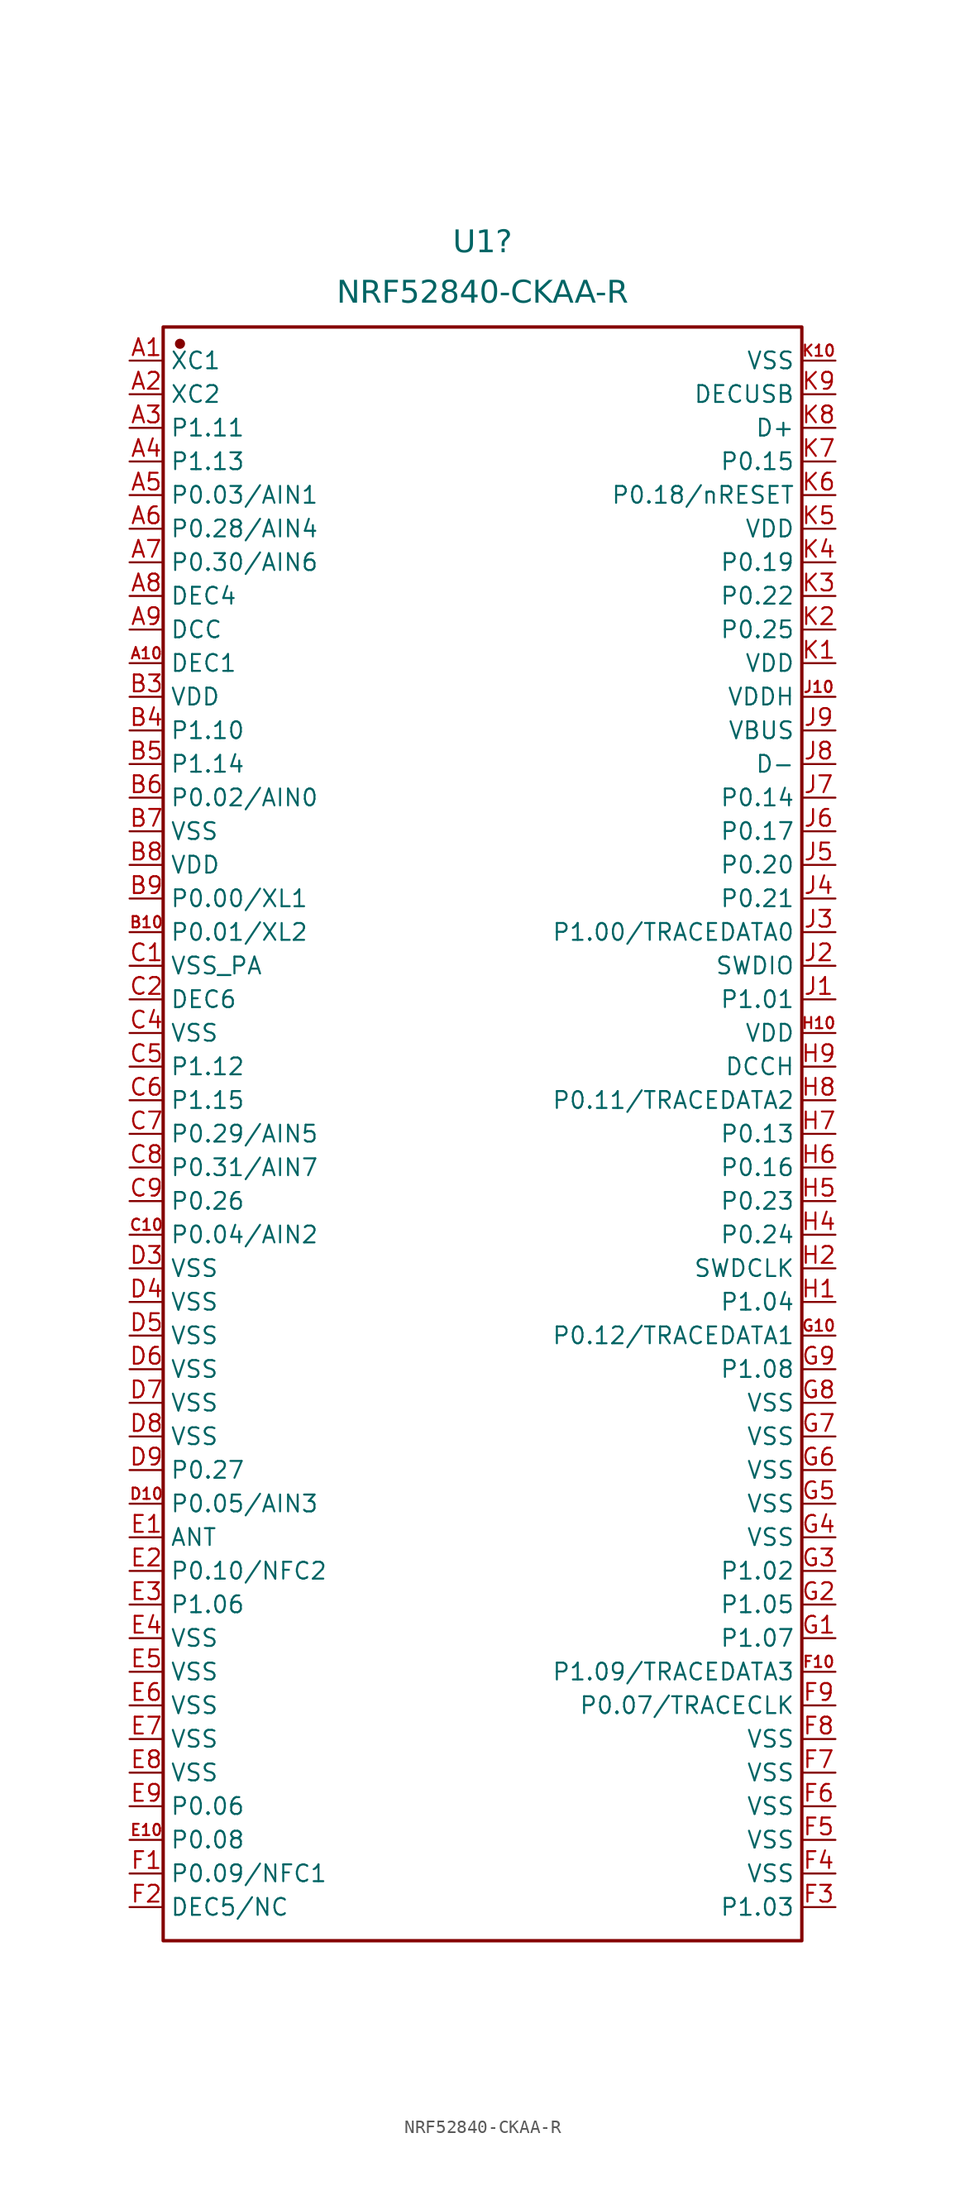
<source format=kicad_sym>
(kicad_symbol_lib
  (version 20231120)
  (generator "kicad_symbol_editor")
  (generator_version "8.0")
  (symbol "NRF52840-CKAA-R"
    (property "Reference" "U1"
      (at -1.27 67.31 0)
      (effects (font (face "Arial") (size 1.689 1.689))))
    (property "Value" "NRF52840-CKAA-R"
      (at -1.27 63.5 0)
      (effects (font (face "Arial") (size 1.689 1.689))))
    (symbol "NRF52840-CKAA-R_0_0"
      (rectangle (start -25.4 60.96) (end 22.86 -60.96) (stroke (width 0.254) (type solid)) (fill (type none)))
      (circle (center -24.13 59.69) (radius 0.254) (stroke (width 0.254) (type solid)) (fill (type outline)))
      (pin unspecified line (at -27.94 58.42 0) (length 2.54) (name "XC1" (effects (font (size 1.27 1.27)))) (number "A1" (effects (font (size 1.27 1.27)))))
      (pin unspecified line (at -27.94 35.56 0) (length 2.54) (name "DEC1" (effects (font (size 1.27 1.27)))) (number "A10" (effects (font (size 0.847 0.847)))))
      (pin unspecified line (at -27.94 55.88 0) (length 2.54) (name "XC2" (effects (font (size 1.27 1.27)))) (number "A2" (effects (font (size 1.27 1.27)))))
      (pin unspecified line (at -27.94 53.34 0) (length 2.54) (name "P1.11" (effects (font (size 1.27 1.27)))) (number "A3" (effects (font (size 1.27 1.27)))))
      (pin unspecified line (at -27.94 50.8 0) (length 2.54) (name "P1.13" (effects (font (size 1.27 1.27)))) (number "A4" (effects (font (size 1.27 1.27)))))
      (pin unspecified line (at -27.94 48.26 0) (length 2.54) (name "P0.03/AIN1" (effects (font (size 1.27 1.27)))) (number "A5" (effects (font (size 1.27 1.27)))))
      (pin unspecified line (at -27.94 45.72 0) (length 2.54) (name "P0.28/AIN4" (effects (font (size 1.27 1.27)))) (number "A6" (effects (font (size 1.27 1.27)))))
      (pin unspecified line (at -27.94 43.18 0) (length 2.54) (name "P0.30/AIN6" (effects (font (size 1.27 1.27)))) (number "A7" (effects (font (size 1.27 1.27)))))
      (pin unspecified line (at -27.94 40.64 0) (length 2.54) (name "DEC4" (effects (font (size 1.27 1.27)))) (number "A8" (effects (font (size 1.27 1.27)))))
      (pin unspecified line (at -27.94 38.1 0) (length 2.54) (name "DCC" (effects (font (size 1.27 1.27)))) (number "A9" (effects (font (size 1.27 1.27)))))
      (pin unspecified line (at -27.94 15.24 0) (length 2.54) (name "P0.01/XL2" (effects (font (size 1.27 1.27)))) (number "B10" (effects (font (size 0.847 0.847)))))
      (pin unspecified line (at -27.94 33.02 0) (length 2.54) (name "VDD" (effects (font (size 1.27 1.27)))) (number "B3" (effects (font (size 1.27 1.27)))))
      (pin unspecified line (at -27.94 30.48 0) (length 2.54) (name "P1.10" (effects (font (size 1.27 1.27)))) (number "B4" (effects (font (size 1.27 1.27)))))
      (pin unspecified line (at -27.94 27.94 0) (length 2.54) (name "P1.14" (effects (font (size 1.27 1.27)))) (number "B5" (effects (font (size 1.27 1.27)))))
      (pin unspecified line (at -27.94 25.4 0) (length 2.54) (name "P0.02/AIN0" (effects (font (size 1.27 1.27)))) (number "B6" (effects (font (size 1.27 1.27)))))
      (pin unspecified line (at -27.94 22.86 0) (length 2.54) (name "VSS" (effects (font (size 1.27 1.27)))) (number "B7" (effects (font (size 1.27 1.27)))))
      (pin unspecified line (at -27.94 20.32 0) (length 2.54) (name "VDD" (effects (font (size 1.27 1.27)))) (number "B8" (effects (font (size 1.27 1.27)))))
      (pin unspecified line (at -27.94 17.78 0) (length 2.54) (name "P0.00/XL1" (effects (font (size 1.27 1.27)))) (number "B9" (effects (font (size 1.27 1.27)))))
      (pin unspecified line (at -27.94 12.7 0) (length 2.54) (name "VSS_PA" (effects (font (size 1.27 1.27)))) (number "C1" (effects (font (size 1.27 1.27)))))
      (pin unspecified line (at -27.94 -7.62 0) (length 2.54) (name "P0.04/AIN2" (effects (font (size 1.27 1.27)))) (number "C10" (effects (font (size 0.847 0.847)))))
      (pin unspecified line (at -27.94 10.16 0) (length 2.54) (name "DEC6" (effects (font (size 1.27 1.27)))) (number "C2" (effects (font (size 1.27 1.27)))))
      (pin unspecified line (at -27.94 7.62 0) (length 2.54) (name "VSS" (effects (font (size 1.27 1.27)))) (number "C4" (effects (font (size 1.27 1.27)))))
      (pin unspecified line (at -27.94 5.08 0) (length 2.54) (name "P1.12" (effects (font (size 1.27 1.27)))) (number "C5" (effects (font (size 1.27 1.27)))))
      (pin unspecified line (at -27.94 2.54 0) (length 2.54) (name "P1.15" (effects (font (size 1.27 1.27)))) (number "C6" (effects (font (size 1.27 1.27)))))
      (pin unspecified line (at -27.94 0 0) (length 2.54) (name "P0.29/AIN5" (effects (font (size 1.27 1.27)))) (number "C7" (effects (font (size 1.27 1.27)))))
      (pin unspecified line (at -27.94 -2.54 0) (length 2.54) (name "P0.31/AIN7" (effects (font (size 1.27 1.27)))) (number "C8" (effects (font (size 1.27 1.27)))))
      (pin unspecified line (at -27.94 -5.08 0) (length 2.54) (name "P0.26" (effects (font (size 1.27 1.27)))) (number "C9" (effects (font (size 1.27 1.27)))))
      (pin unspecified line (at -27.94 -27.94 0) (length 2.54) (name "P0.05/AIN3" (effects (font (size 1.27 1.27)))) (number "D10" (effects (font (size 0.847 0.847)))))
      (pin unspecified line (at -27.94 -10.16 0) (length 2.54) (name "VSS" (effects (font (size 1.27 1.27)))) (number "D3" (effects (font (size 1.27 1.27)))))
      (pin unspecified line (at -27.94 -12.7 0) (length 2.54) (name "VSS" (effects (font (size 1.27 1.27)))) (number "D4" (effects (font (size 1.27 1.27)))))
      (pin unspecified line (at -27.94 -15.24 0) (length 2.54) (name "VSS" (effects (font (size 1.27 1.27)))) (number "D5" (effects (font (size 1.27 1.27)))))
      (pin unspecified line (at -27.94 -17.78 0) (length 2.54) (name "VSS" (effects (font (size 1.27 1.27)))) (number "D6" (effects (font (size 1.27 1.27)))))
      (pin unspecified line (at -27.94 -20.32 0) (length 2.54) (name "VSS" (effects (font (size 1.27 1.27)))) (number "D7" (effects (font (size 1.27 1.27)))))
      (pin unspecified line (at -27.94 -22.86 0) (length 2.54) (name "VSS" (effects (font (size 1.27 1.27)))) (number "D8" (effects (font (size 1.27 1.27)))))
      (pin unspecified line (at -27.94 -25.4 0) (length 2.54) (name "P0.27" (effects (font (size 1.27 1.27)))) (number "D9" (effects (font (size 1.27 1.27)))))
      (pin unspecified line (at -27.94 -30.48 0) (length 2.54) (name "ANT" (effects (font (size 1.27 1.27)))) (number "E1" (effects (font (size 1.27 1.27)))))
      (pin unspecified line (at -27.94 -53.34 0) (length 2.54) (name "P0.08" (effects (font (size 1.27 1.27)))) (number "E10" (effects (font (size 0.847 0.847)))))
      (pin unspecified line (at -27.94 -33.02 0) (length 2.54) (name "P0.10/NFC2" (effects (font (size 1.27 1.27)))) (number "E2" (effects (font (size 1.27 1.27)))))
      (pin unspecified line (at -27.94 -35.56 0) (length 2.54) (name "P1.06" (effects (font (size 1.27 1.27)))) (number "E3" (effects (font (size 1.27 1.27)))))
      (pin unspecified line (at -27.94 -38.1 0) (length 2.54) (name "VSS" (effects (font (size 1.27 1.27)))) (number "E4" (effects (font (size 1.27 1.27)))))
      (pin unspecified line (at -27.94 -40.64 0) (length 2.54) (name "VSS" (effects (font (size 1.27 1.27)))) (number "E5" (effects (font (size 1.27 1.27)))))
      (pin unspecified line (at -27.94 -43.18 0) (length 2.54) (name "VSS" (effects (font (size 1.27 1.27)))) (number "E6" (effects (font (size 1.27 1.27)))))
      (pin unspecified line (at -27.94 -45.72 0) (length 2.54) (name "VSS" (effects (font (size 1.27 1.27)))) (number "E7" (effects (font (size 1.27 1.27)))))
      (pin unspecified line (at -27.94 -48.26 0) (length 2.54) (name "VSS" (effects (font (size 1.27 1.27)))) (number "E8" (effects (font (size 1.27 1.27)))))
      (pin unspecified line (at -27.94 -50.8 0) (length 2.54) (name "P0.06" (effects (font (size 1.27 1.27)))) (number "E9" (effects (font (size 1.27 1.27)))))
      (pin unspecified line (at -27.94 -55.88 0) (length 2.54) (name "P0.09/NFC1" (effects (font (size 1.27 1.27)))) (number "F1" (effects (font (size 1.27 1.27)))))
      (pin unspecified line (at 25.4 -40.64 180) (length 2.54) (name "P1.09/TRACEDATA3" (effects (font (size 1.27 1.27)))) (number "F10" (effects (font (size 0.847 0.847)))))
      (pin unspecified line (at -27.94 -58.42 0) (length 2.54) (name "DEC5/NC" (effects (font (size 1.27 1.27)))) (number "F2" (effects (font (size 1.27 1.27)))))
      (pin unspecified line (at 25.4 -58.42 180) (length 2.54) (name "P1.03" (effects (font (size 1.27 1.27)))) (number "F3" (effects (font (size 1.27 1.27)))))
      (pin unspecified line (at 25.4 -55.88 180) (length 2.54) (name "VSS" (effects (font (size 1.27 1.27)))) (number "F4" (effects (font (size 1.27 1.27)))))
      (pin unspecified line (at 25.4 -53.34 180) (length 2.54) (name "VSS" (effects (font (size 1.27 1.27)))) (number "F5" (effects (font (size 1.27 1.27)))))
      (pin unspecified line (at 25.4 -50.8 180) (length 2.54) (name "VSS" (effects (font (size 1.27 1.27)))) (number "F6" (effects (font (size 1.27 1.27)))))
      (pin unspecified line (at 25.4 -48.26 180) (length 2.54) (name "VSS" (effects (font (size 1.27 1.27)))) (number "F7" (effects (font (size 1.27 1.27)))))
      (pin unspecified line (at 25.4 -45.72 180) (length 2.54) (name "VSS" (effects (font (size 1.27 1.27)))) (number "F8" (effects (font (size 1.27 1.27)))))
      (pin unspecified line (at 25.4 -43.18 180) (length 2.54) (name "P0.07/TRACECLK" (effects (font (size 1.27 1.27)))) (number "F9" (effects (font (size 1.27 1.27)))))
      (pin unspecified line (at 25.4 -38.1 180) (length 2.54) (name "P1.07" (effects (font (size 1.27 1.27)))) (number "G1" (effects (font (size 1.27 1.27)))))
      (pin unspecified line (at 25.4 -15.24 180) (length 2.54) (name "P0.12/TRACEDATA1" (effects (font (size 1.27 1.27)))) (number "G10" (effects (font (size 0.847 0.847)))))
      (pin unspecified line (at 25.4 -35.56 180) (length 2.54) (name "P1.05" (effects (font (size 1.27 1.27)))) (number "G2" (effects (font (size 1.27 1.27)))))
      (pin unspecified line (at 25.4 -33.02 180) (length 2.54) (name "P1.02" (effects (font (size 1.27 1.27)))) (number "G3" (effects (font (size 1.27 1.27)))))
      (pin unspecified line (at 25.4 -30.48 180) (length 2.54) (name "VSS" (effects (font (size 1.27 1.27)))) (number "G4" (effects (font (size 1.27 1.27)))))
      (pin unspecified line (at 25.4 -27.94 180) (length 2.54) (name "VSS" (effects (font (size 1.27 1.27)))) (number "G5" (effects (font (size 1.27 1.27)))))
      (pin unspecified line (at 25.4 -25.4 180) (length 2.54) (name "VSS" (effects (font (size 1.27 1.27)))) (number "G6" (effects (font (size 1.27 1.27)))))
      (pin unspecified line (at 25.4 -22.86 180) (length 2.54) (name "VSS" (effects (font (size 1.27 1.27)))) (number "G7" (effects (font (size 1.27 1.27)))))
      (pin unspecified line (at 25.4 -20.32 180) (length 2.54) (name "VSS" (effects (font (size 1.27 1.27)))) (number "G8" (effects (font (size 1.27 1.27)))))
      (pin unspecified line (at 25.4 -17.78 180) (length 2.54) (name "P1.08" (effects (font (size 1.27 1.27)))) (number "G9" (effects (font (size 1.27 1.27)))))
      (pin unspecified line (at 25.4 -12.7 180) (length 2.54) (name "P1.04" (effects (font (size 1.27 1.27)))) (number "H1" (effects (font (size 1.27 1.27)))))
      (pin unspecified line (at 25.4 7.62 180) (length 2.54) (name "VDD" (effects (font (size 1.27 1.27)))) (number "H10" (effects (font (size 0.847 0.847)))))
      (pin unspecified line (at 25.4 -10.16 180) (length 2.54) (name "SWDCLK" (effects (font (size 1.27 1.27)))) (number "H2" (effects (font (size 1.27 1.27)))))
      (pin unspecified line (at 25.4 -7.62 180) (length 2.54) (name "P0.24" (effects (font (size 1.27 1.27)))) (number "H4" (effects (font (size 1.27 1.27)))))
      (pin unspecified line (at 25.4 -5.08 180) (length 2.54) (name "P0.23" (effects (font (size 1.27 1.27)))) (number "H5" (effects (font (size 1.27 1.27)))))
      (pin unspecified line (at 25.4 -2.54 180) (length 2.54) (name "P0.16" (effects (font (size 1.27 1.27)))) (number "H6" (effects (font (size 1.27 1.27)))))
      (pin unspecified line (at 25.4 0 180) (length 2.54) (name "P0.13" (effects (font (size 1.27 1.27)))) (number "H7" (effects (font (size 1.27 1.27)))))
      (pin unspecified line (at 25.4 2.54 180) (length 2.54) (name "P0.11/TRACEDATA2" (effects (font (size 1.27 1.27)))) (number "H8" (effects (font (size 1.27 1.27)))))
      (pin unspecified line (at 25.4 5.08 180) (length 2.54) (name "DCCH" (effects (font (size 1.27 1.27)))) (number "H9" (effects (font (size 1.27 1.27)))))
      (pin unspecified line (at 25.4 10.16 180) (length 2.54) (name "P1.01" (effects (font (size 1.27 1.27)))) (number "J1" (effects (font (size 1.27 1.27)))))
      (pin unspecified line (at 25.4 33.02 180) (length 2.54) (name "VDDH" (effects (font (size 1.27 1.27)))) (number "J10" (effects (font (size 0.847 0.847)))))
      (pin unspecified line (at 25.4 12.7 180) (length 2.54) (name "SWDIO" (effects (font (size 1.27 1.27)))) (number "J2" (effects (font (size 1.27 1.27)))))
      (pin unspecified line (at 25.4 15.24 180) (length 2.54) (name "P1.00/TRACEDATA0" (effects (font (size 1.27 1.27)))) (number "J3" (effects (font (size 1.27 1.27)))))
      (pin unspecified line (at 25.4 17.78 180) (length 2.54) (name "P0.21" (effects (font (size 1.27 1.27)))) (number "J4" (effects (font (size 1.27 1.27)))))
      (pin unspecified line (at 25.4 20.32 180) (length 2.54) (name "P0.20" (effects (font (size 1.27 1.27)))) (number "J5" (effects (font (size 1.27 1.27)))))
      (pin unspecified line (at 25.4 22.86 180) (length 2.54) (name "P0.17" (effects (font (size 1.27 1.27)))) (number "J6" (effects (font (size 1.27 1.27)))))
      (pin unspecified line (at 25.4 25.4 180) (length 2.54) (name "P0.14" (effects (font (size 1.27 1.27)))) (number "J7" (effects (font (size 1.27 1.27)))))
      (pin unspecified line (at 25.4 27.94 180) (length 2.54) (name "D-" (effects (font (size 1.27 1.27)))) (number "J8" (effects (font (size 1.27 1.27)))))
      (pin unspecified line (at 25.4 30.48 180) (length 2.54) (name "VBUS" (effects (font (size 1.27 1.27)))) (number "J9" (effects (font (size 1.27 1.27)))))
      (pin unspecified line (at 25.4 35.56 180) (length 2.54) (name "VDD" (effects (font (size 1.27 1.27)))) (number "K1" (effects (font (size 1.27 1.27)))))
      (pin unspecified line (at 25.4 58.42 180) (length 2.54) (name "VSS" (effects (font (size 1.27 1.27)))) (number "K10" (effects (font (size 0.847 0.847)))))
      (pin unspecified line (at 25.4 38.1 180) (length 2.54) (name "P0.25" (effects (font (size 1.27 1.27)))) (number "K2" (effects (font (size 1.27 1.27)))))
      (pin unspecified line (at 25.4 40.64 180) (length 2.54) (name "P0.22" (effects (font (size 1.27 1.27)))) (number "K3" (effects (font (size 1.27 1.27)))))
      (pin unspecified line (at 25.4 43.18 180) (length 2.54) (name "P0.19" (effects (font (size 1.27 1.27)))) (number "K4" (effects (font (size 1.27 1.27)))))
      (pin unspecified line (at 25.4 45.72 180) (length 2.54) (name "VDD" (effects (font (size 1.27 1.27)))) (number "K5" (effects (font (size 1.27 1.27)))))
      (pin unspecified line (at 25.4 48.26 180) (length 2.54) (name "P0.18/nRESET" (effects (font (size 1.27 1.27)))) (number "K6" (effects (font (size 1.27 1.27)))))
      (pin unspecified line (at 25.4 50.8 180) (length 2.54) (name "P0.15" (effects (font (size 1.27 1.27)))) (number "K7" (effects (font (size 1.27 1.27)))))
      (pin unspecified line (at 25.4 53.34 180) (length 2.54) (name "D+" (effects (font (size 1.27 1.27)))) (number "K8" (effects (font (size 1.27 1.27)))))
      (pin unspecified line (at 25.4 55.88 180) (length 2.54) (name "DECUSB" (effects (font (size 1.27 1.27)))) (number "K9" (effects (font (size 1.27 1.27))))))))
</source>
